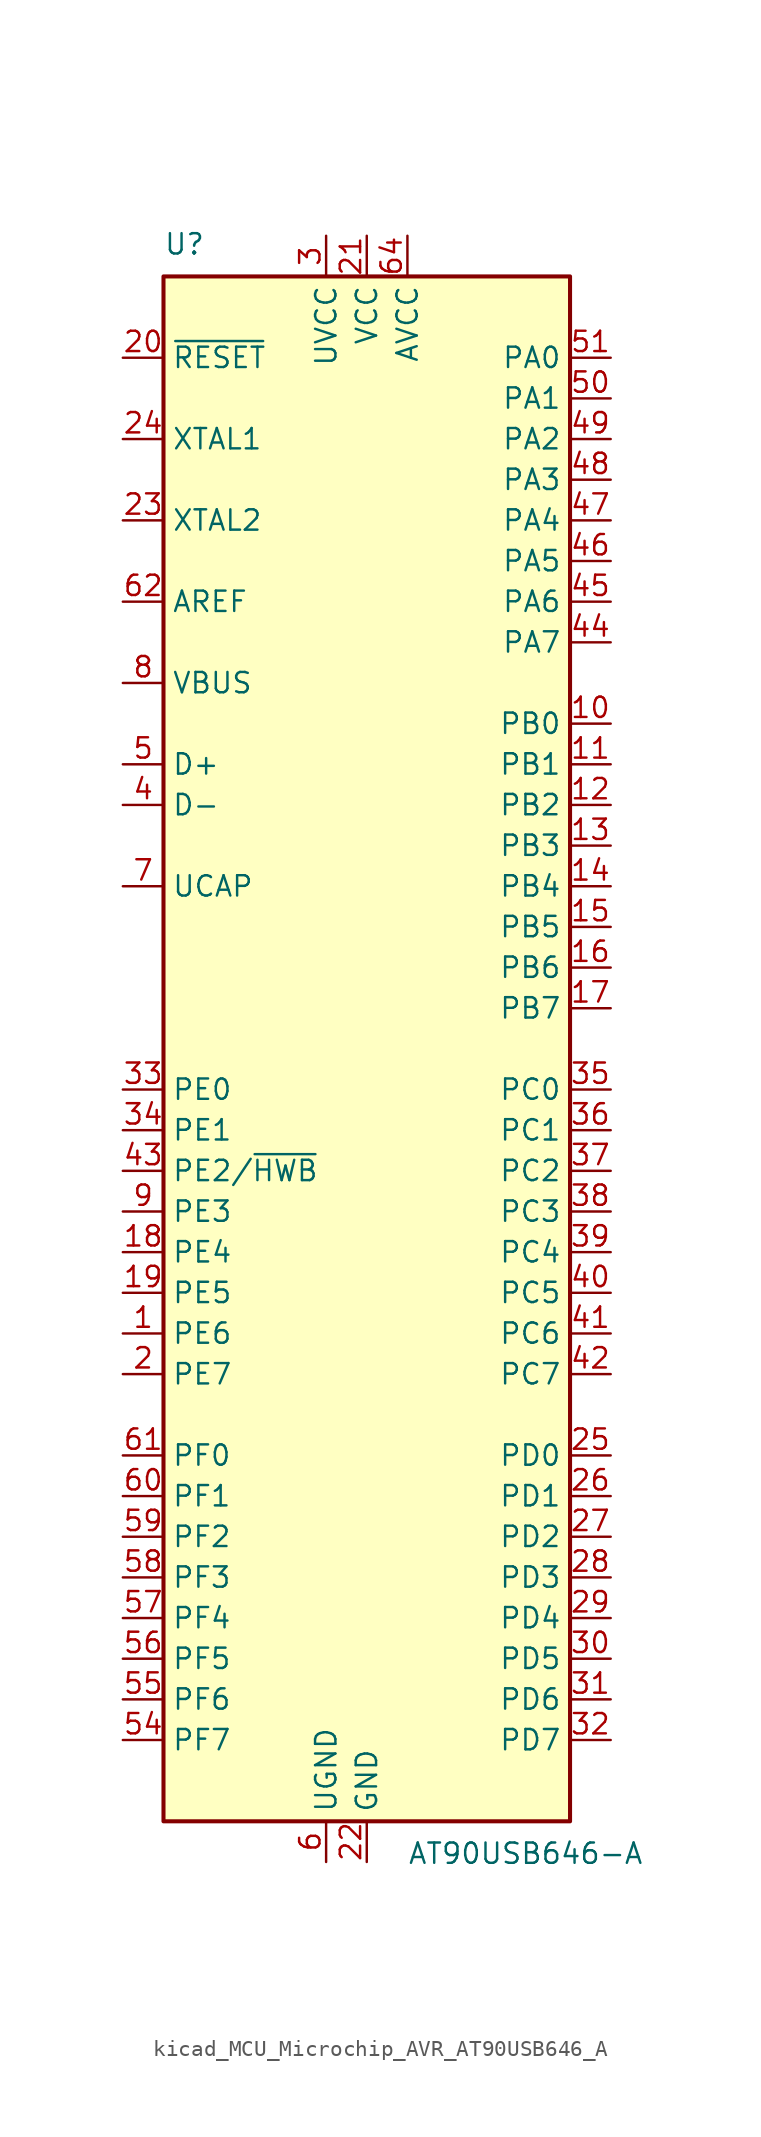
<source format=kicad_sym>
(kicad_symbol_lib
  (version 20220914)
  (generator kicad_symbol_editor)
  (symbol "kicad_MCU_Microchip_AVR_AT90USB646_A"
    (property "Reference" "U"
      (at -12.7 49.53 0)
      (effects (font (size 1.27 1.27)) (justify left bottom)))
    (property "Value" "AT90USB646-A"
      (at 2.54 -49.53 0)
      (effects (font (size 1.27 1.27)) (justify left top)))
    (symbol "kicad_MCU_Microchip_AVR_AT90USB646_A_0_1"
      (rectangle (start -12.7 -48.26) (end 12.7 48.26) (stroke (width 0.254) (type default)) (fill (type background))))
    (symbol "kicad_MCU_Microchip_AVR_AT90USB646_A_1_1"
      (pin bidirectional line (at -15.24 -17.78 0) (length 2.54) (name "PE6" (effects (font (size 1.27 1.27)))) (number "1" (effects (font (size 1.27 1.27)))))
      (pin bidirectional line (at 15.24 20.32 180) (length 2.54) (name "PB0" (effects (font (size 1.27 1.27)))) (number "10" (effects (font (size 1.27 1.27)))))
      (pin bidirectional line (at 15.24 17.78 180) (length 2.54) (name "PB1" (effects (font (size 1.27 1.27)))) (number "11" (effects (font (size 1.27 1.27)))))
      (pin bidirectional line (at 15.24 15.24 180) (length 2.54) (name "PB2" (effects (font (size 1.27 1.27)))) (number "12" (effects (font (size 1.27 1.27)))))
      (pin bidirectional line (at 15.24 12.7 180) (length 2.54) (name "PB3" (effects (font (size 1.27 1.27)))) (number "13" (effects (font (size 1.27 1.27)))))
      (pin bidirectional line (at 15.24 10.16 180) (length 2.54) (name "PB4" (effects (font (size 1.27 1.27)))) (number "14" (effects (font (size 1.27 1.27)))))
      (pin bidirectional line (at 15.24 7.62 180) (length 2.54) (name "PB5" (effects (font (size 1.27 1.27)))) (number "15" (effects (font (size 1.27 1.27)))))
      (pin bidirectional line (at 15.24 5.08 180) (length 2.54) (name "PB6" (effects (font (size 1.27 1.27)))) (number "16" (effects (font (size 1.27 1.27)))))
      (pin bidirectional line (at 15.24 2.54 180) (length 2.54) (name "PB7" (effects (font (size 1.27 1.27)))) (number "17" (effects (font (size 1.27 1.27)))))
      (pin bidirectional line (at -15.24 -12.7 0) (length 2.54) (name "PE4" (effects (font (size 1.27 1.27)))) (number "18" (effects (font (size 1.27 1.27)))))
      (pin bidirectional line (at -15.24 -15.24 0) (length 2.54) (name "PE5" (effects (font (size 1.27 1.27)))) (number "19" (effects (font (size 1.27 1.27)))))
      (pin bidirectional line (at -15.24 -20.32 0) (length 2.54) (name "PE7" (effects (font (size 1.27 1.27)))) (number "2" (effects (font (size 1.27 1.27)))))
      (pin input line (at -15.24 43.18 0) (length 2.54) (name "~{RESET}" (effects (font (size 1.27 1.27)))) (number "20" (effects (font (size 1.27 1.27)))))
      (pin power_in line (at 0 50.8 270) (length 2.54) (name "VCC" (effects (font (size 1.27 1.27)))) (number "21" (effects (font (size 1.27 1.27)))))
      (pin power_in line (at 0 -50.8 90) (length 2.54) (name "GND" (effects (font (size 1.27 1.27)))) (number "22" (effects (font (size 1.27 1.27)))))
      (pin output line (at -15.24 33.02 0) (length 2.54) (name "XTAL2" (effects (font (size 1.27 1.27)))) (number "23" (effects (font (size 1.27 1.27)))))
      (pin input line (at -15.24 38.1 0) (length 2.54) (name "XTAL1" (effects (font (size 1.27 1.27)))) (number "24" (effects (font (size 1.27 1.27)))))
      (pin bidirectional line (at 15.24 -25.4 180) (length 2.54) (name "PD0" (effects (font (size 1.27 1.27)))) (number "25" (effects (font (size 1.27 1.27)))))
      (pin bidirectional line (at 15.24 -27.94 180) (length 2.54) (name "PD1" (effects (font (size 1.27 1.27)))) (number "26" (effects (font (size 1.27 1.27)))))
      (pin bidirectional line (at 15.24 -30.48 180) (length 2.54) (name "PD2" (effects (font (size 1.27 1.27)))) (number "27" (effects (font (size 1.27 1.27)))))
      (pin bidirectional line (at 15.24 -33.02 180) (length 2.54) (name "PD3" (effects (font (size 1.27 1.27)))) (number "28" (effects (font (size 1.27 1.27)))))
      (pin bidirectional line (at 15.24 -35.56 180) (length 2.54) (name "PD4" (effects (font (size 1.27 1.27)))) (number "29" (effects (font (size 1.27 1.27)))))
      (pin power_in line (at -2.54 50.8 270) (length 2.54) (name "UVCC" (effects (font (size 1.27 1.27)))) (number "3" (effects (font (size 1.27 1.27)))))
      (pin bidirectional line (at 15.24 -38.1 180) (length 2.54) (name "PD5" (effects (font (size 1.27 1.27)))) (number "30" (effects (font (size 1.27 1.27)))))
      (pin bidirectional line (at 15.24 -40.64 180) (length 2.54) (name "PD6" (effects (font (size 1.27 1.27)))) (number "31" (effects (font (size 1.27 1.27)))))
      (pin bidirectional line (at 15.24 -43.18 180) (length 2.54) (name "PD7" (effects (font (size 1.27 1.27)))) (number "32" (effects (font (size 1.27 1.27)))))
      (pin bidirectional line (at -15.24 -2.54 0) (length 2.54) (name "PE0" (effects (font (size 1.27 1.27)))) (number "33" (effects (font (size 1.27 1.27)))))
      (pin bidirectional line (at -15.24 -5.08 0) (length 2.54) (name "PE1" (effects (font (size 1.27 1.27)))) (number "34" (effects (font (size 1.27 1.27)))))
      (pin bidirectional line (at 15.24 -2.54 180) (length 2.54) (name "PC0" (effects (font (size 1.27 1.27)))) (number "35" (effects (font (size 1.27 1.27)))))
      (pin bidirectional line (at 15.24 -5.08 180) (length 2.54) (name "PC1" (effects (font (size 1.27 1.27)))) (number "36" (effects (font (size 1.27 1.27)))))
      (pin bidirectional line (at 15.24 -7.62 180) (length 2.54) (name "PC2" (effects (font (size 1.27 1.27)))) (number "37" (effects (font (size 1.27 1.27)))))
      (pin bidirectional line (at 15.24 -10.16 180) (length 2.54) (name "PC3" (effects (font (size 1.27 1.27)))) (number "38" (effects (font (size 1.27 1.27)))))
      (pin bidirectional line (at 15.24 -12.7 180) (length 2.54) (name "PC4" (effects (font (size 1.27 1.27)))) (number "39" (effects (font (size 1.27 1.27)))))
      (pin bidirectional line (at -15.24 15.24 0) (length 2.54) (name "D-" (effects (font (size 1.27 1.27)))) (number "4" (effects (font (size 1.27 1.27)))))
      (pin bidirectional line (at 15.24 -15.24 180) (length 2.54) (name "PC5" (effects (font (size 1.27 1.27)))) (number "40" (effects (font (size 1.27 1.27)))))
      (pin bidirectional line (at 15.24 -17.78 180) (length 2.54) (name "PC6" (effects (font (size 1.27 1.27)))) (number "41" (effects (font (size 1.27 1.27)))))
      (pin bidirectional line (at 15.24 -20.32 180) (length 2.54) (name "PC7" (effects (font (size 1.27 1.27)))) (number "42" (effects (font (size 1.27 1.27)))))
      (pin bidirectional line (at -15.24 -7.62 0) (length 2.54) (name "PE2/~{HWB}" (effects (font (size 1.27 1.27)))) (number "43" (effects (font (size 1.27 1.27)))))
      (pin bidirectional line (at 15.24 25.4 180) (length 2.54) (name "PA7" (effects (font (size 1.27 1.27)))) (number "44" (effects (font (size 1.27 1.27)))))
      (pin bidirectional line (at 15.24 27.94 180) (length 2.54) (name "PA6" (effects (font (size 1.27 1.27)))) (number "45" (effects (font (size 1.27 1.27)))))
      (pin bidirectional line (at 15.24 30.48 180) (length 2.54) (name "PA5" (effects (font (size 1.27 1.27)))) (number "46" (effects (font (size 1.27 1.27)))))
      (pin bidirectional line (at 15.24 33.02 180) (length 2.54) (name "PA4" (effects (font (size 1.27 1.27)))) (number "47" (effects (font (size 1.27 1.27)))))
      (pin bidirectional line (at 15.24 35.56 180) (length 2.54) (name "PA3" (effects (font (size 1.27 1.27)))) (number "48" (effects (font (size 1.27 1.27)))))
      (pin bidirectional line (at 15.24 38.1 180) (length 2.54) (name "PA2" (effects (font (size 1.27 1.27)))) (number "49" (effects (font (size 1.27 1.27)))))
      (pin bidirectional line (at -15.24 17.78 0) (length 2.54) (name "D+" (effects (font (size 1.27 1.27)))) (number "5" (effects (font (size 1.27 1.27)))))
      (pin bidirectional line (at 15.24 40.64 180) (length 2.54) (name "PA1" (effects (font (size 1.27 1.27)))) (number "50" (effects (font (size 1.27 1.27)))))
      (pin bidirectional line (at 15.24 43.18 180) (length 2.54) (name "PA0" (effects (font (size 1.27 1.27)))) (number "51" (effects (font (size 1.27 1.27)))))
      (pin passive line (at 0 50.8 270) (length 2.54) hide (name "VCC" (effects (font (size 1.27 1.27)))) (number "52" (effects (font (size 1.27 1.27)))))
      (pin passive line (at 0 -50.8 90) (length 2.54) hide (name "GND" (effects (font (size 1.27 1.27)))) (number "53" (effects (font (size 1.27 1.27)))))
      (pin bidirectional line (at -15.24 -43.18 0) (length 2.54) (name "PF7" (effects (font (size 1.27 1.27)))) (number "54" (effects (font (size 1.27 1.27)))))
      (pin bidirectional line (at -15.24 -40.64 0) (length 2.54) (name "PF6" (effects (font (size 1.27 1.27)))) (number "55" (effects (font (size 1.27 1.27)))))
      (pin bidirectional line (at -15.24 -38.1 0) (length 2.54) (name "PF5" (effects (font (size 1.27 1.27)))) (number "56" (effects (font (size 1.27 1.27)))))
      (pin bidirectional line (at -15.24 -35.56 0) (length 2.54) (name "PF4" (effects (font (size 1.27 1.27)))) (number "57" (effects (font (size 1.27 1.27)))))
      (pin bidirectional line (at -15.24 -33.02 0) (length 2.54) (name "PF3" (effects (font (size 1.27 1.27)))) (number "58" (effects (font (size 1.27 1.27)))))
      (pin bidirectional line (at -15.24 -30.48 0) (length 2.54) (name "PF2" (effects (font (size 1.27 1.27)))) (number "59" (effects (font (size 1.27 1.27)))))
      (pin power_in line (at -2.54 -50.8 90) (length 2.54) (name "UGND" (effects (font (size 1.27 1.27)))) (number "6" (effects (font (size 1.27 1.27)))))
      (pin bidirectional line (at -15.24 -27.94 0) (length 2.54) (name "PF1" (effects (font (size 1.27 1.27)))) (number "60" (effects (font (size 1.27 1.27)))))
      (pin bidirectional line (at -15.24 -25.4 0) (length 2.54) (name "PF0" (effects (font (size 1.27 1.27)))) (number "61" (effects (font (size 1.27 1.27)))))
      (pin passive line (at -15.24 27.94 0) (length 2.54) (name "AREF" (effects (font (size 1.27 1.27)))) (number "62" (effects (font (size 1.27 1.27)))))
      (pin passive line (at 0 -50.8 90) (length 2.54) hide (name "GND" (effects (font (size 1.27 1.27)))) (number "63" (effects (font (size 1.27 1.27)))))
      (pin power_in line (at 2.54 50.8 270) (length 2.54) (name "AVCC" (effects (font (size 1.27 1.27)))) (number "64" (effects (font (size 1.27 1.27)))))
      (pin passive line (at -15.24 10.16 0) (length 2.54) (name "UCAP" (effects (font (size 1.27 1.27)))) (number "7" (effects (font (size 1.27 1.27)))))
      (pin input line (at -15.24 22.86 0) (length 2.54) (name "VBUS" (effects (font (size 1.27 1.27)))) (number "8" (effects (font (size 1.27 1.27)))))
      (pin bidirectional line (at -15.24 -10.16 0) (length 2.54) (name "PE3" (effects (font (size 1.27 1.27)))) (number "9" (effects (font (size 1.27 1.27))))))))
</source>
